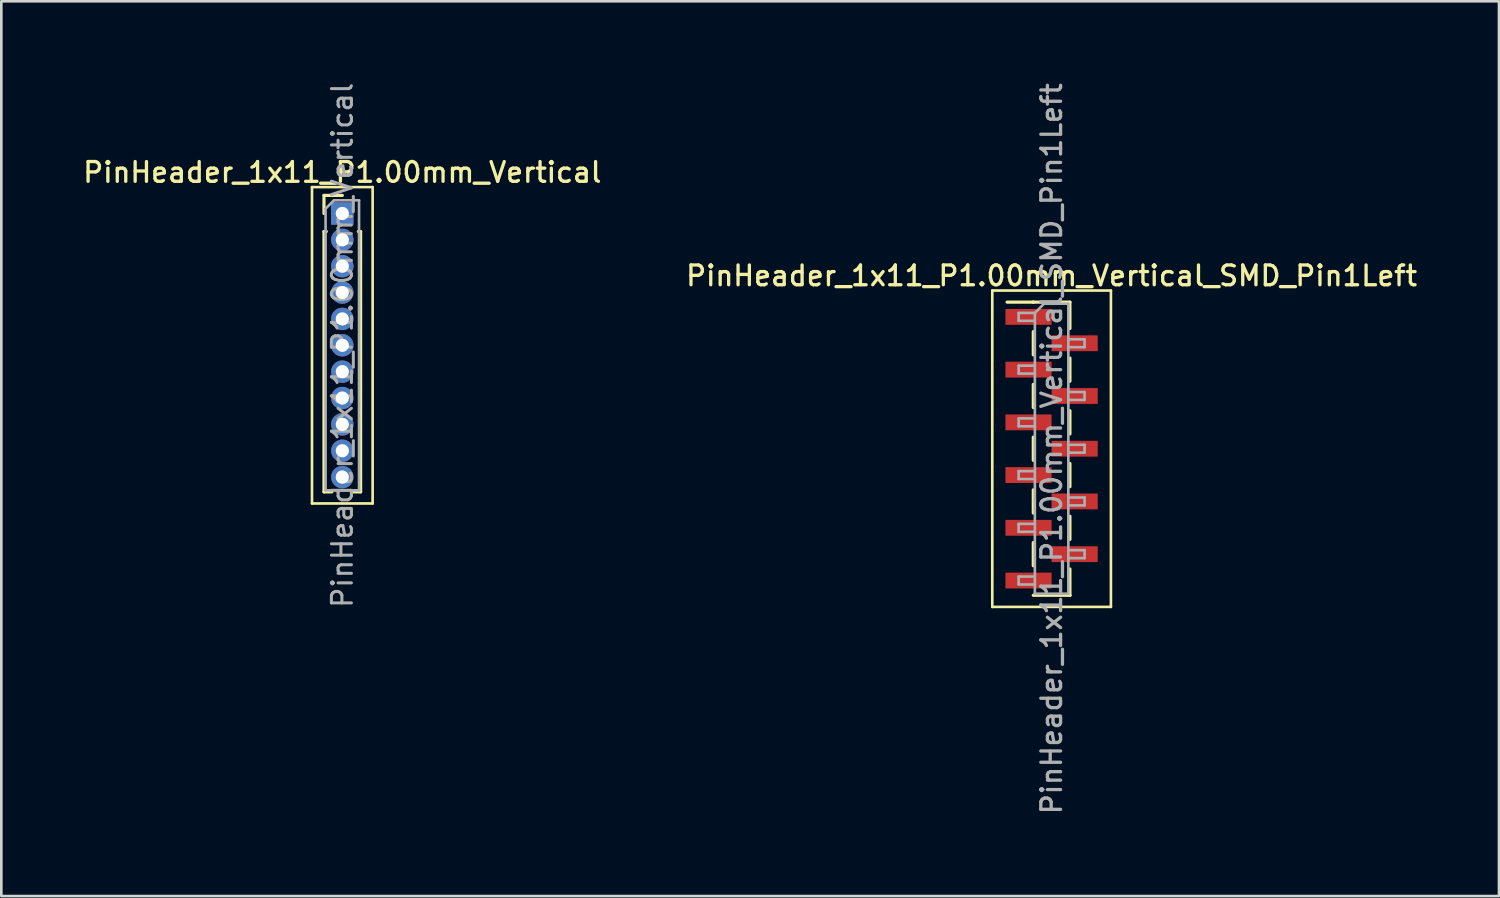
<source format=kicad_pcb>
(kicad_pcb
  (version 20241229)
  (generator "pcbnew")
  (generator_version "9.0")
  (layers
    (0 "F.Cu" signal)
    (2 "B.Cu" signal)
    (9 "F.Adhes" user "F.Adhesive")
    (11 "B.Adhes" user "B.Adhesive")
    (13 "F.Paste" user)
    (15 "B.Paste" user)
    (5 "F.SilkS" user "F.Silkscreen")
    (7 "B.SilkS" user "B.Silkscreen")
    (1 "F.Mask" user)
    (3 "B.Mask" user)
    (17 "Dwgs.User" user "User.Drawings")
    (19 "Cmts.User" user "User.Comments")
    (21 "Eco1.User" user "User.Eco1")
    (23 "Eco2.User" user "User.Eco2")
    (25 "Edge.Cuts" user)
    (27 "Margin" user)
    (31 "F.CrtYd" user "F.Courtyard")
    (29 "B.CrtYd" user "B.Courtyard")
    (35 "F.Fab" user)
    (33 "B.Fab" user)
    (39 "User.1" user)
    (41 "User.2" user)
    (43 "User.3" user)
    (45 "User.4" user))
  (footprint "PinHeader_1x11_P1.00mm_Vertical_SMD_Pin1Left"
    (layer "F.Cu")
    (at 36.838 13.97)
    (property "Reference" "PinHeader_1x11_P1.00mm_Vertical_SMD_Pin1Left" (at 0 -6.56 0) (layer "F.SilkS") (effects (font (size 0.75 0.75) (thickness 0.125))))
    (attr smd)
    (fp_line (start -2.25 -6) (end -2.25 6) (stroke (width 0.1) (type solid)) (layer "F.SilkS"))
    (fp_line (start -2.25 6) (end 2.25 6) (stroke (width 0.1) (type solid)) (layer "F.SilkS"))
    (fp_line (start -0.695 -5.56) (end -1.69 -5.56) (stroke (width 0.12) (type solid)) (layer "F.SilkS"))
    (fp_line (start -0.695 -5.56) (end -0.695 -5.56) (stroke (width 0.12) (type solid)) (layer "F.SilkS"))
    (fp_line (start -0.695 -5.56) (end 0.695 -5.56) (stroke (width 0.12) (type solid)) (layer "F.SilkS"))
    (fp_line (start -0.695 -4.44) (end -0.695 -3.56) (stroke (width 0.12) (type solid)) (layer "F.SilkS"))
    (fp_line (start -0.695 -2.44) (end -0.695 -1.56) (stroke (width 0.12) (type solid)) (layer "F.SilkS"))
    (fp_line (start -0.695 -0.44) (end -0.695 0.44) (stroke (width 0.12) (type solid)) (layer "F.SilkS"))
    (fp_line (start -0.695 1.56) (end -0.695 2.44) (stroke (width 0.12) (type solid)) (layer "F.SilkS"))
    (fp_line (start -0.695 3.56) (end -0.695 4.44) (stroke (width 0.12) (type solid)) (layer "F.SilkS"))
    (fp_line (start -0.695 5.56) (end 0.695 5.56) (stroke (width 0.12) (type solid)) (layer "F.SilkS"))
    (fp_line (start 0.695 -5.56) (end 0.695 -4.56) (stroke (width 0.12) (type solid)) (layer "F.SilkS"))
    (fp_line (start 0.695 -3.44) (end 0.695 -2.56) (stroke (width 0.12) (type solid)) (layer "F.SilkS"))
    (fp_line (start 0.695 -1.44) (end 0.695 -0.56) (stroke (width 0.12) (type solid)) (layer "F.SilkS"))
    (fp_line (start 0.695 0.56) (end 0.695 1.44) (stroke (width 0.12) (type solid)) (layer "F.SilkS"))
    (fp_line (start 0.695 2.56) (end 0.695 3.44) (stroke (width 0.12) (type solid)) (layer "F.SilkS"))
    (fp_line (start 0.695 4.56) (end 0.695 5.56) (stroke (width 0.12) (type solid)) (layer "F.SilkS"))
    (fp_line (start 0.695 5.56) (end 0.695 5.56) (stroke (width 0.12) (type solid)) (layer "F.SilkS"))
    (fp_line (start 2.25 -6) (end -2.25 -6) (stroke (width 0.1) (type solid)) (layer "F.SilkS"))
    (fp_line (start 2.25 6) (end 2.25 -6) (stroke (width 0.1) (type solid)) (layer "F.SilkS"))
    (fp_line (start -1.25 -5.15) (end -1.25 -4.85) (stroke (width 0.1) (type solid)) (layer "F.Fab"))
    (fp_line (start -1.25 -4.85) (end -0.635 -4.85) (stroke (width 0.1) (type solid)) (layer "F.Fab"))
    (fp_line (start -1.25 -3.15) (end -1.25 -2.85) (stroke (width 0.1) (type solid)) (layer "F.Fab"))
    (fp_line (start -1.25 -2.85) (end -0.635 -2.85) (stroke (width 0.1) (type solid)) (layer "F.Fab"))
    (fp_line (start -1.25 -1.15) (end -1.25 -0.85) (stroke (width 0.1) (type solid)) (layer "F.Fab"))
    (fp_line (start -1.25 -0.85) (end -0.635 -0.85) (stroke (width 0.1) (type solid)) (layer "F.Fab"))
    (fp_line (start -1.25 0.85) (end -1.25 1.15) (stroke (width 0.1) (type solid)) (layer "F.Fab"))
    (fp_line (start -1.25 1.15) (end -0.635 1.15) (stroke (width 0.1) (type solid)) (layer "F.Fab"))
    (fp_line (start -1.25 2.85) (end -1.25 3.15) (stroke (width 0.1) (type solid)) (layer "F.Fab"))
    (fp_line (start -1.25 3.15) (end -0.635 3.15) (stroke (width 0.1) (type solid)) (layer "F.Fab"))
    (fp_line (start -1.25 4.85) (end -1.25 5.15) (stroke (width 0.1) (type solid)) (layer "F.Fab"))
    (fp_line (start -1.25 5.15) (end -0.635 5.15) (stroke (width 0.1) (type solid)) (layer "F.Fab"))
    (fp_line (start -0.635 -5.15) (end -1.25 -5.15) (stroke (width 0.1) (type solid)) (layer "F.Fab"))
    (fp_line (start -0.635 -5.15) (end -0.285 -5.5) (stroke (width 0.1) (type solid)) (layer "F.Fab"))
    (fp_line (start -0.635 -3.15) (end -1.25 -3.15) (stroke (width 0.1) (type solid)) (layer "F.Fab"))
    (fp_line (start -0.635 -1.15) (end -1.25 -1.15) (stroke (width 0.1) (type solid)) (layer "F.Fab"))
    (fp_line (start -0.635 0.85) (end -1.25 0.85) (stroke (width 0.1) (type solid)) (layer "F.Fab"))
    (fp_line (start -0.635 2.85) (end -1.25 2.85) (stroke (width 0.1) (type solid)) (layer "F.Fab"))
    (fp_line (start -0.635 4.85) (end -1.25 4.85) (stroke (width 0.1) (type solid)) (layer "F.Fab"))
    (fp_line (start -0.635 5.5) (end -0.635 -5.15) (stroke (width 0.1) (type solid)) (layer "F.Fab"))
    (fp_line (start -0.285 -5.5) (end 0.635 -5.5) (stroke (width 0.1) (type solid)) (layer "F.Fab"))
    (fp_line (start 0.635 -5.5) (end 0.635 5.5) (stroke (width 0.1) (type solid)) (layer "F.Fab"))
    (fp_line (start 0.635 -4.15) (end 1.25 -4.15) (stroke (width 0.1) (type solid)) (layer "F.Fab"))
    (fp_line (start 0.635 -2.15) (end 1.25 -2.15) (stroke (width 0.1) (type solid)) (layer "F.Fab"))
    (fp_line (start 0.635 -0.15) (end 1.25 -0.15) (stroke (width 0.1) (type solid)) (layer "F.Fab"))
    (fp_line (start 0.635 1.85) (end 1.25 1.85) (stroke (width 0.1) (type solid)) (layer "F.Fab"))
    (fp_line (start 0.635 3.85) (end 1.25 3.85) (stroke (width 0.1) (type solid)) (layer "F.Fab"))
    (fp_line (start 0.635 5.5) (end -0.635 5.5) (stroke (width 0.1) (type solid)) (layer "F.Fab"))
    (fp_line (start 1.25 -4.15) (end 1.25 -3.85) (stroke (width 0.1) (type solid)) (layer "F.Fab"))
    (fp_line (start 1.25 -3.85) (end 0.635 -3.85) (stroke (width 0.1) (type solid)) (layer "F.Fab"))
    (fp_line (start 1.25 -2.15) (end 1.25 -1.85) (stroke (width 0.1) (type solid)) (layer "F.Fab"))
    (fp_line (start 1.25 -1.85) (end 0.635 -1.85) (stroke (width 0.1) (type solid)) (layer "F.Fab"))
    (fp_line (start 1.25 -0.15) (end 1.25 0.15) (stroke (width 0.1) (type solid)) (layer "F.Fab"))
    (fp_line (start 1.25 0.15) (end 0.635 0.15) (stroke (width 0.1) (type solid)) (layer "F.Fab"))
    (fp_line (start 1.25 1.85) (end 1.25 2.15) (stroke (width 0.1) (type solid)) (layer "F.Fab"))
    (fp_line (start 1.25 2.15) (end 0.635 2.15) (stroke (width 0.1) (type solid)) (layer "F.Fab"))
    (fp_line (start 1.25 3.85) (end 1.25 4.15) (stroke (width 0.1) (type solid)) (layer "F.Fab"))
    (fp_line (start 1.25 4.15) (end 0.635 4.15) (stroke (width 0.1) (type solid)) (layer "F.Fab"))
    (fp_text user "${REFERENCE}" (at 0 0 90) (layer "F.Fab") (effects (font (size 0.75 0.75) (thickness 0.125))))
    (pad "1" smd rect (at -0.875 -5) (size 1.75 0.6) (layers "F.Cu" "F.Mask" "F.Paste"))
    (pad "2" smd rect (at 0.875 -4) (size 1.75 0.6) (layers "F.Cu" "F.Mask" "F.Paste"))
    (pad "3" smd rect (at -0.875 -3) (size 1.75 0.6) (layers "F.Cu" "F.Mask" "F.Paste"))
    (pad "4" smd rect (at 0.875 -2) (size 1.75 0.6) (layers "F.Cu" "F.Mask" "F.Paste"))
    (pad "5" smd rect (at -0.875 -1) (size 1.75 0.6) (layers "F.Cu" "F.Mask" "F.Paste"))
    (pad "6" smd rect (at 0.875 0) (size 1.75 0.6) (layers "F.Cu" "F.Mask" "F.Paste"))
    (pad "7" smd rect (at -0.875 1) (size 1.75 0.6) (layers "F.Cu" "F.Mask" "F.Paste"))
    (pad "8" smd rect (at 0.875 2) (size 1.75 0.6) (layers "F.Cu" "F.Mask" "F.Paste"))
    (pad "9" smd rect (at -0.875 3) (size 1.75 0.6) (layers "F.Cu" "F.Mask" "F.Paste"))
    (pad "10" smd rect (at 0.875 4) (size 1.75 0.6) (layers "F.Cu" "F.Mask" "F.Paste"))
    (pad "11" smd rect (at -0.875 5) (size 1.75 0.6) (layers "F.Cu" "F.Mask" "F.Paste")))
  (footprint "PinHeader_1x11_P1.00mm_Vertical"
    (layer "F.Cu")
    (at 9.934 5.047)
    (property "Reference" "PinHeader_1x11_P1.00mm_Vertical" (at 0 -1.56 0) (layer "F.SilkS") (effects (font (size 0.75 0.75) (thickness 0.125))))
    (attr through_hole)
    (fp_line (start -1.15 -1) (end -1.15 11) (stroke (width 0.1) (type solid)) (layer "F.SilkS"))
    (fp_line (start -1.15 11) (end 1.15 11) (stroke (width 0.1) (type solid)) (layer "F.SilkS"))
    (fp_line (start -0.695 -0.685) (end 0 -0.685) (stroke (width 0.12) (type solid)) (layer "F.SilkS"))
    (fp_line (start -0.695 0) (end -0.695 -0.685) (stroke (width 0.12) (type solid)) (layer "F.SilkS"))
    (fp_line (start -0.695 0.685) (end -0.695 10.56) (stroke (width 0.12) (type solid)) (layer "F.SilkS"))
    (fp_line (start -0.695 0.685) (end -0.608 0.685) (stroke (width 0.12) (type solid)) (layer "F.SilkS"))
    (fp_line (start -0.695 10.56) (end -0.394 10.56) (stroke (width 0.12) (type solid)) (layer "F.SilkS"))
    (fp_line (start 0.394 10.56) (end 0.695 10.56) (stroke (width 0.12) (type solid)) (layer "F.SilkS"))
    (fp_line (start 0.608 0.685) (end 0.695 0.685) (stroke (width 0.12) (type solid)) (layer "F.SilkS"))
    (fp_line (start 0.695 0.685) (end 0.695 10.56) (stroke (width 0.12) (type solid)) (layer "F.SilkS"))
    (fp_line (start 1.15 -1) (end -1.15 -1) (stroke (width 0.1) (type solid)) (layer "F.SilkS"))
    (fp_line (start 1.15 11) (end 1.15 -1) (stroke (width 0.1) (type solid)) (layer "F.SilkS"))
    (fp_line (start -0.635 -0.182) (end -0.318 -0.5) (stroke (width 0.1) (type solid)) (layer "F.Fab"))
    (fp_line (start -0.635 10.5) (end -0.635 -0.182) (stroke (width 0.1) (type solid)) (layer "F.Fab"))
    (fp_line (start -0.318 -0.5) (end 0.635 -0.5) (stroke (width 0.1) (type solid)) (layer "F.Fab"))
    (fp_line (start 0.635 -0.5) (end 0.635 10.5) (stroke (width 0.1) (type solid)) (layer "F.Fab"))
    (fp_line (start 0.635 10.5) (end -0.635 10.5) (stroke (width 0.1) (type solid)) (layer "F.Fab"))
    (fp_text user "${REFERENCE}" (at 0 5 90) (layer "F.Fab") (effects (font (size 0.76 0.76) (thickness 0.114))))
    (pad "1" thru_hole rect (at 0 0) (size 0.85 0.85) (drill 0.5) (layers "*.Cu" "*.Mask"))
    (pad "2" thru_hole oval (at 0 1) (size 0.85 0.85) (drill 0.5) (layers "*.Cu" "*.Mask"))
    (pad "3" thru_hole oval (at 0 2) (size 0.85 0.85) (drill 0.5) (layers "*.Cu" "*.Mask"))
    (pad "4" thru_hole oval (at 0 3) (size 0.85 0.85) (drill 0.5) (layers "*.Cu" "*.Mask"))
    (pad "5" thru_hole oval (at 0 4) (size 0.85 0.85) (drill 0.5) (layers "*.Cu" "*.Mask"))
    (pad "6" thru_hole oval (at 0 5) (size 0.85 0.85) (drill 0.5) (layers "*.Cu" "*.Mask"))
    (pad "7" thru_hole oval (at 0 6) (size 0.85 0.85) (drill 0.5) (layers "*.Cu" "*.Mask"))
    (pad "8" thru_hole oval (at 0 7) (size 0.85 0.85) (drill 0.5) (layers "*.Cu" "*.Mask"))
    (pad "9" thru_hole oval (at 0 8) (size 0.85 0.85) (drill 0.5) (layers "*.Cu" "*.Mask"))
    (pad "10" thru_hole oval (at 0 9) (size 0.85 0.85) (drill 0.5) (layers "*.Cu" "*.Mask"))
    (pad "11" thru_hole oval (at 0 10) (size 0.85 0.85) (drill 0.5) (layers "*.Cu" "*.Mask")))
  (gr_rect
    (start -3 -3)
    (end 53.807 30.939)
    (stroke (width 0.1) (type default))
    (fill no)
    (layer "Edge.Cuts")))
</source>
